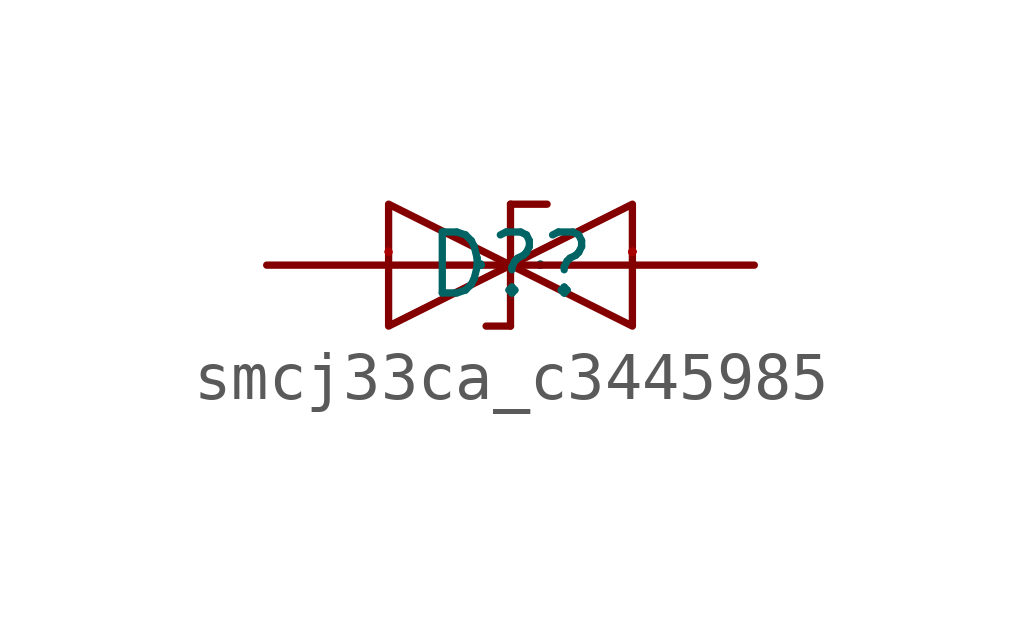
<source format=kicad_sym>
(kicad_symbol_lib
  (version 20231120)
  (generator "kicad_symbol_editor")
  (generator_version "8.0")
  (symbol "smcj33ca_c3445985"
    (property "Reference" "D?"
      (at 0 0 0)
      (effects (font (size 1.27 1.27))))
    (property "Value" ""
      (at 0 0 0)
      (effects (font (size 1.27 1.27))))
    (symbol "smcj33ca_c3445985_1_0"
      (polyline (pts (xy -0.508 -1.27) (xy 0 -1.27)) (stroke (width 0) (type default)) (fill (type none)))
      (polyline (pts (xy 0 -1.27) (xy 0 0)) (stroke (width 0) (type default)) (fill (type none)))
      (polyline (pts (xy 0 0) (xy 0 1.27)) (stroke (width 0) (type default)) (fill (type none)))
      (polyline (pts (xy 0 1.27) (xy 0.762 1.27)) (stroke (width 0) (type default)) (fill (type none)))
      (polyline (pts (xy -2.54 1.27) (xy 0 0) (xy 0 0) (xy -2.54 -1.27) (xy -2.54 -1.27) (xy -2.54 1.27)) (stroke (width 0) (type default)) (fill (type none)))
      (polyline (pts (xy 2.54 1.27) (xy 0 0) (xy 0 0) (xy 2.54 -1.27) (xy 2.54 -1.27) (xy 2.54 1.27)) (stroke (width 0) (type default)) (fill (type none)))
      (pin input line (at -5.08 0 0) (length 5.08) (name "K" (effects (font (size 0.025 0.025)))) (number "1" (effects (font (size 0.025 0.025)))))
      (pin input line (at 5.08 0 180) (length 5.08) (name "A" (effects (font (size 0.025 0.025)))) (number "2" (effects (font (size 0.025 0.025))))))))
</source>
